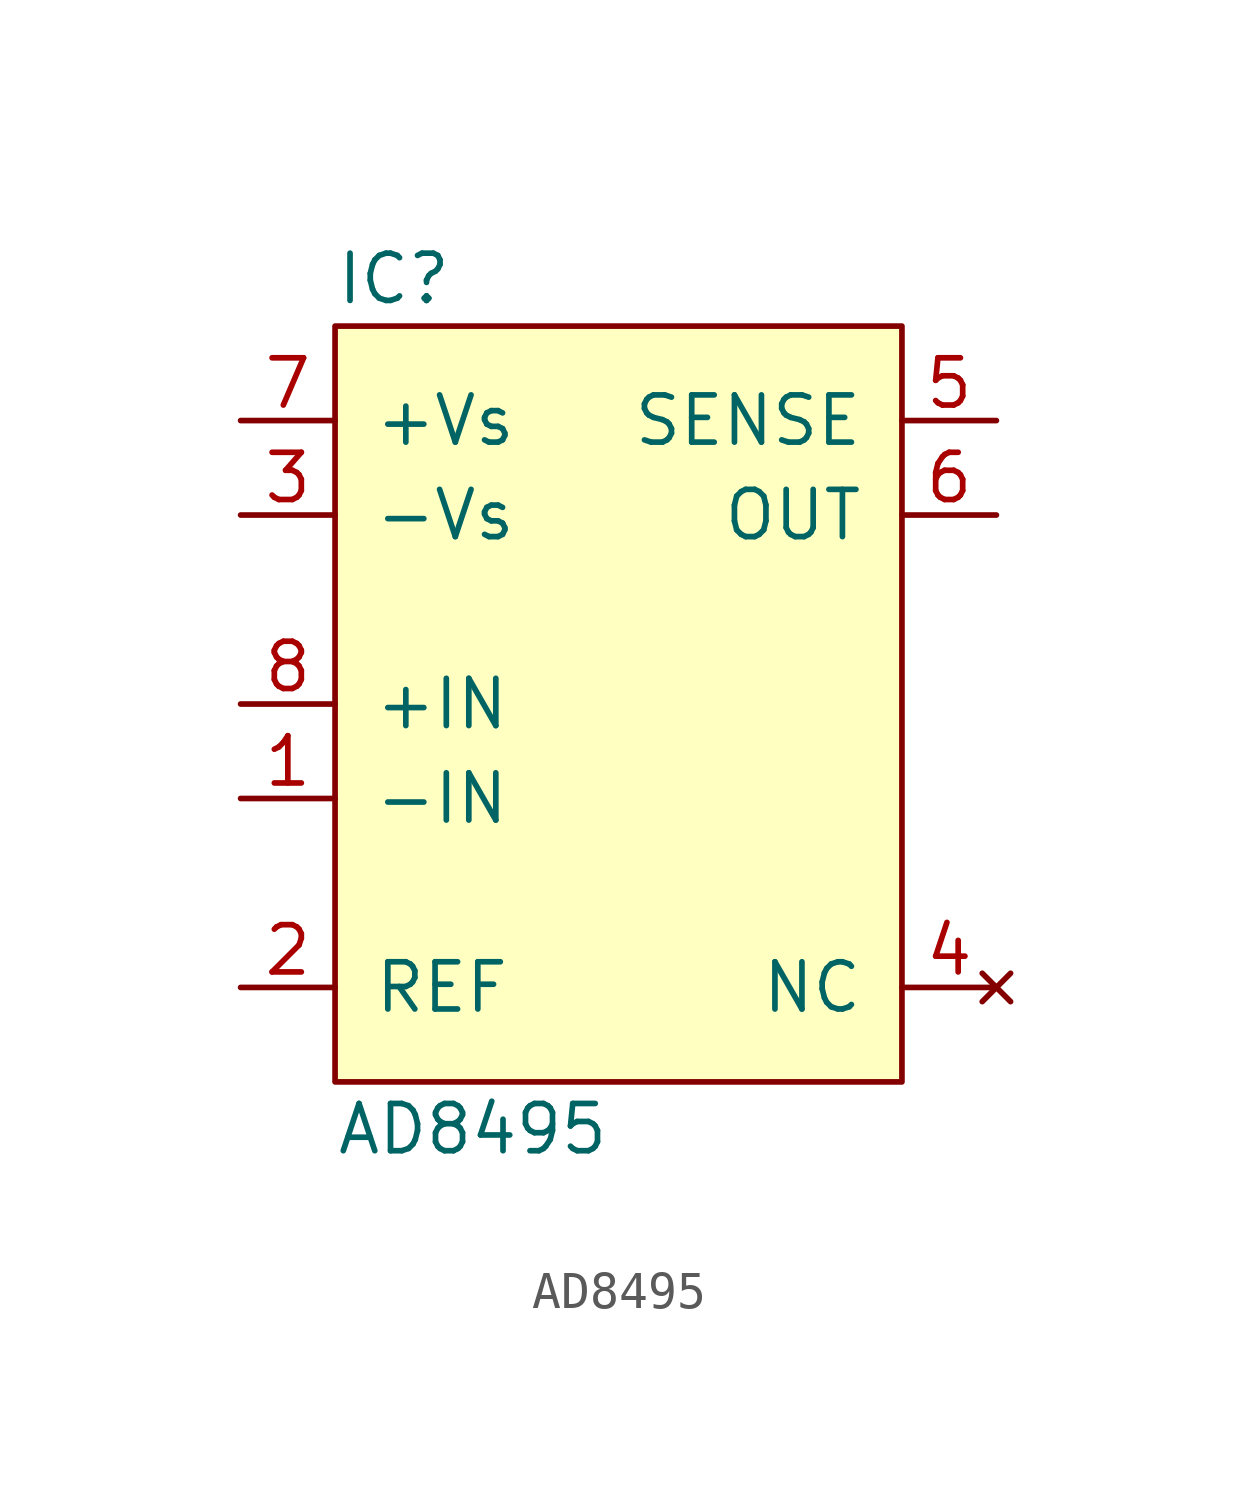
<source format=kicad_sym>
(kicad_symbol_lib
  (version 20211014)
  (generator kicad_symbol_editor)
  (symbol "AD8495"
    (pin_names
      (offset 1.016))
    (property "Reference" "IC"
      (at -7.62 11.43 0)
      (effects (font (size 1.27 1.27)) (justify left)))
    (property "Value" "AD8495"
      (at -7.62 -11.43 0)
      (effects (font (size 1.27 1.27)) (justify left)))
    (symbol "AD8495_0_1"
      (rectangle (start -7.62 10.16) (end 7.62 -10.16) (stroke (width 0) (type default) (color 0 0 0 0)) (fill (type background))))
    (symbol "AD8495_1_1"
      (pin input line (at -10.16 -2.54 0) (length 2.54) (name "-IN" (effects (font (size 1.27 1.27)))) (number "1" (effects (font (size 1.27 1.27)))))
      (pin input line (at -10.16 -7.62 0) (length 2.54) (name "REF" (effects (font (size 1.27 1.27)))) (number "2" (effects (font (size 1.27 1.27)))))
      (pin power_in line (at -10.16 5.08 0) (length 2.54) (name "-Vs" (effects (font (size 1.27 1.27)))) (number "3" (effects (font (size 1.27 1.27)))))
      (pin no_connect line (at 10.16 -7.62 180) (length 2.54) (name "NC" (effects (font (size 1.27 1.27)))) (number "4" (effects (font (size 1.27 1.27)))))
      (pin input line (at 10.16 7.62 180) (length 2.54) (name "SENSE" (effects (font (size 1.27 1.27)))) (number "5" (effects (font (size 1.27 1.27)))))
      (pin output line (at 10.16 5.08 180) (length 2.54) (name "OUT" (effects (font (size 1.27 1.27)))) (number "6" (effects (font (size 1.27 1.27)))))
      (pin power_in line (at -10.16 7.62 0) (length 2.54) (name "+Vs" (effects (font (size 1.27 1.27)))) (number "7" (effects (font (size 1.27 1.27)))))
      (pin input line (at -10.16 0 0) (length 2.54) (name "+IN" (effects (font (size 1.27 1.27)))) (number "8" (effects (font (size 1.27 1.27))))))))
</source>
